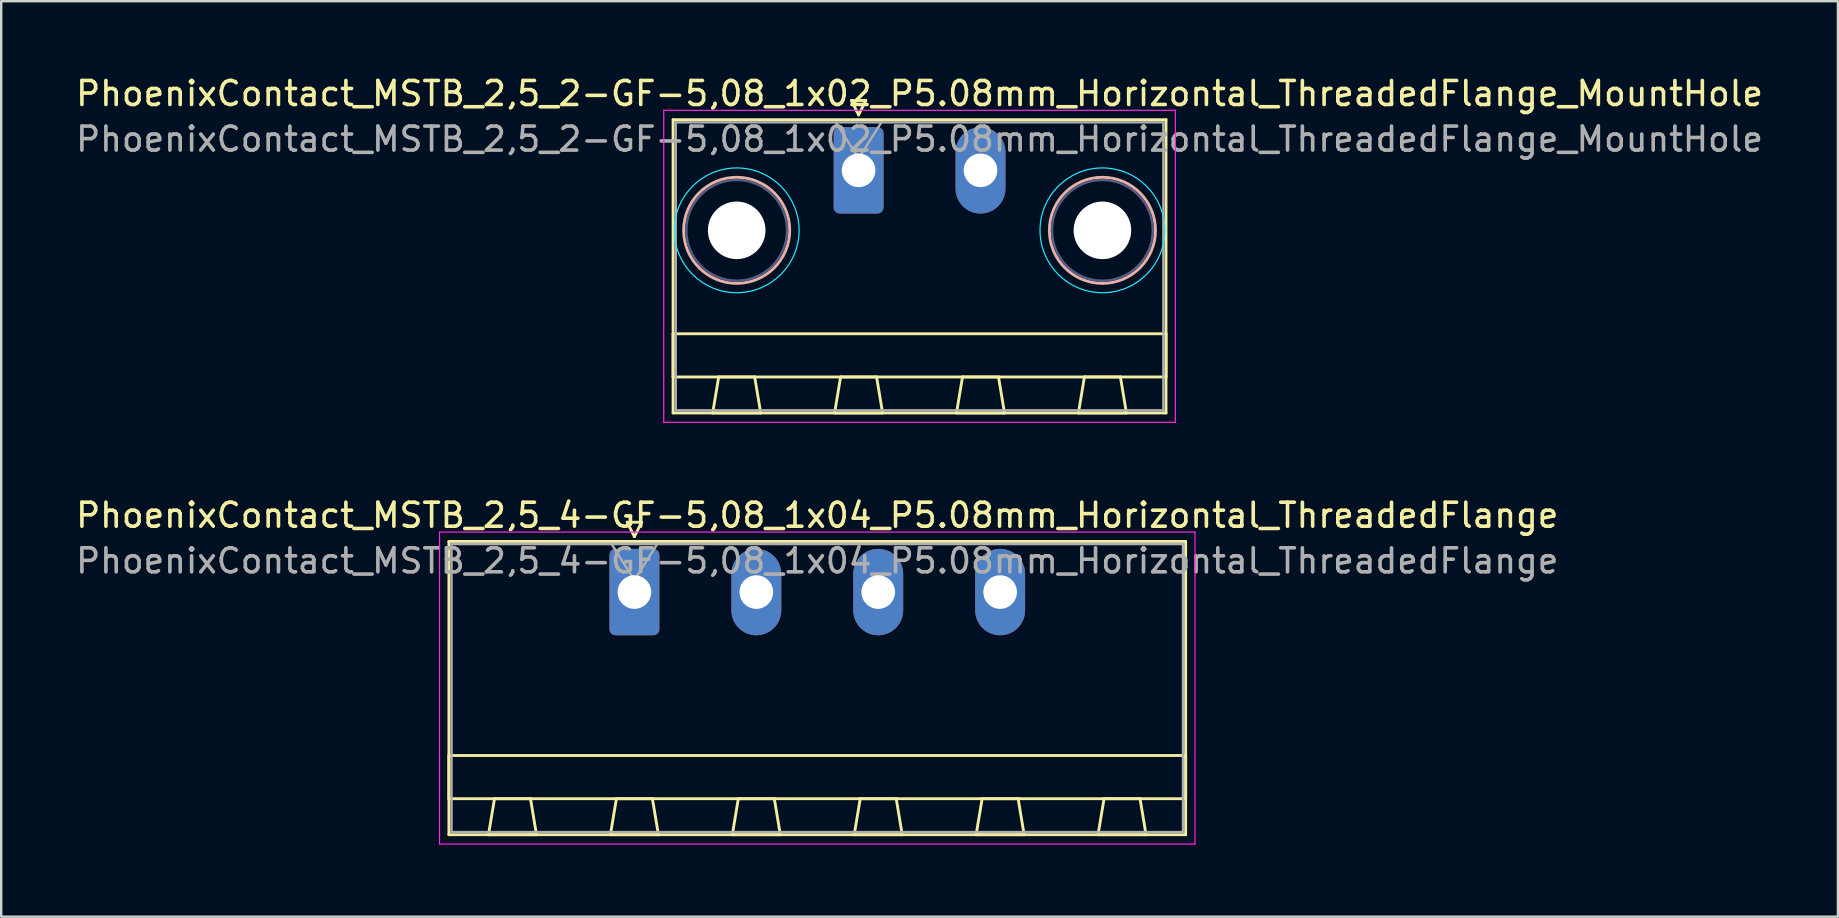
<source format=kicad_pcb>
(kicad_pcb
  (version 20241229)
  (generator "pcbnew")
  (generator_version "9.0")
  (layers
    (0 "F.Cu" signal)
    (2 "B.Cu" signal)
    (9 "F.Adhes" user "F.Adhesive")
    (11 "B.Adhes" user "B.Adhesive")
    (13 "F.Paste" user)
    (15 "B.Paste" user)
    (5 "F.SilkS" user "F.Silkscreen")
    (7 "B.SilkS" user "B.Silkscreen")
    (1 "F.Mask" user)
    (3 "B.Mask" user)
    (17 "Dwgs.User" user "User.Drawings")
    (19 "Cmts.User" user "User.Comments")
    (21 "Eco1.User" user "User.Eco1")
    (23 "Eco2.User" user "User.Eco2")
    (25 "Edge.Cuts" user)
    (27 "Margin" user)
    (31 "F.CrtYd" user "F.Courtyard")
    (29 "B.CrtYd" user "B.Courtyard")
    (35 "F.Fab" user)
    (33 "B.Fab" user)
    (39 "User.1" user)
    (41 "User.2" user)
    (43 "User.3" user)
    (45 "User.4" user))
  (footprint "PhoenixContact_MSTB_2,5_2-GF-5,08_1x02_P5.08mm_Horizontal_ThreadedFlange_MountHole"
    (layer "F.Cu")
    (at 32.728 4.048)
    (property "Reference" "PhoenixContact_MSTB_2,5_2-GF-5,08_1x02_P5.08mm_Horizontal_ThreadedFlange_MountHole" (at 2.54 -3.2 0) (layer "F.SilkS") (effects (font (size 1 1) (thickness 0.15))))
    (attr through_hole)
    (fp_line (start -7.73 -2.11) (end -7.73 10.11) (stroke (width 0.12) (type solid)) (layer "F.SilkS"))
    (fp_line (start -7.73 6.81) (end 12.81 6.81) (stroke (width 0.12) (type solid)) (layer "F.SilkS"))
    (fp_line (start -7.73 8.61) (end -7.73 6.81) (stroke (width 0.12) (type solid)) (layer "F.SilkS"))
    (fp_line (start -7.73 10.11) (end 12.81 10.11) (stroke (width 0.12) (type solid)) (layer "F.SilkS"))
    (fp_line (start -6.08 10.11) (end -4.08 10.11) (stroke (width 0.12) (type solid)) (layer "F.SilkS"))
    (fp_line (start -5.83 8.61) (end -6.08 10.11) (stroke (width 0.12) (type solid)) (layer "F.SilkS"))
    (fp_line (start -4.33 8.61) (end -5.83 8.61) (stroke (width 0.12) (type solid)) (layer "F.SilkS"))
    (fp_line (start -4.08 10.11) (end -4.33 8.61) (stroke (width 0.12) (type solid)) (layer "F.SilkS"))
    (fp_line (start -1 10.11) (end 1 10.11) (stroke (width 0.12) (type solid)) (layer "F.SilkS"))
    (fp_line (start -0.75 8.61) (end -1 10.11) (stroke (width 0.12) (type solid)) (layer "F.SilkS"))
    (fp_line (start -0.3 -2.91) (end 0.3 -2.91) (stroke (width 0.12) (type solid)) (layer "F.SilkS"))
    (fp_line (start 0 -2.31) (end -0.3 -2.91) (stroke (width 0.12) (type solid)) (layer "F.SilkS"))
    (fp_line (start 0.3 -2.91) (end 0 -2.31) (stroke (width 0.12) (type solid)) (layer "F.SilkS"))
    (fp_line (start 0.75 8.61) (end -0.75 8.61) (stroke (width 0.12) (type solid)) (layer "F.SilkS"))
    (fp_line (start 1 10.11) (end 0.75 8.61) (stroke (width 0.12) (type solid)) (layer "F.SilkS"))
    (fp_line (start 4.08 10.11) (end 6.08 10.11) (stroke (width 0.12) (type solid)) (layer "F.SilkS"))
    (fp_line (start 4.33 8.61) (end 4.08 10.11) (stroke (width 0.12) (type solid)) (layer "F.SilkS"))
    (fp_line (start 5.83 8.61) (end 4.33 8.61) (stroke (width 0.12) (type solid)) (layer "F.SilkS"))
    (fp_line (start 6.08 10.11) (end 5.83 8.61) (stroke (width 0.12) (type solid)) (layer "F.SilkS"))
    (fp_line (start 9.16 10.11) (end 11.16 10.11) (stroke (width 0.12) (type solid)) (layer "F.SilkS"))
    (fp_line (start 9.41 8.61) (end 9.16 10.11) (stroke (width 0.12) (type solid)) (layer "F.SilkS"))
    (fp_line (start 10.91 8.61) (end 9.41 8.61) (stroke (width 0.12) (type solid)) (layer "F.SilkS"))
    (fp_line (start 11.16 10.11) (end 10.91 8.61) (stroke (width 0.12) (type solid)) (layer "F.SilkS"))
    (fp_line (start 12.81 -2.11) (end -7.73 -2.11) (stroke (width 0.12) (type solid)) (layer "F.SilkS"))
    (fp_line (start 12.81 6.81) (end 12.81 8.61) (stroke (width 0.12) (type solid)) (layer "F.SilkS"))
    (fp_line (start 12.81 8.61) (end -7.73 8.61) (stroke (width 0.12) (type solid)) (layer "F.SilkS"))
    (fp_line (start 12.81 10.11) (end 12.81 -2.11) (stroke (width 0.12) (type solid)) (layer "F.SilkS"))
    (fp_circle (center -5.08 2.5) (end -2.87 2.5) (stroke (width 0.12) (type solid)) (fill no) (layer "B.SilkS"))
    (fp_circle (center 10.16 2.5) (end 12.37 2.5) (stroke (width 0.12) (type solid)) (fill no) (layer "B.SilkS"))
    (fp_circle (center -5.08 2.5) (end -2.48 2.5) (stroke (width 0.05) (type solid)) (fill no) (layer "B.CrtYd"))
    (fp_circle (center 10.16 2.5) (end 12.76 2.5) (stroke (width 0.05) (type solid)) (fill no) (layer "B.CrtYd"))
    (fp_line (start -8.12 -2.5) (end -8.12 10.5) (stroke (width 0.05) (type solid)) (layer "F.CrtYd"))
    (fp_line (start -8.12 10.5) (end 13.2 10.5) (stroke (width 0.05) (type solid)) (layer "F.CrtYd"))
    (fp_line (start 13.2 -2.5) (end -8.12 -2.5) (stroke (width 0.05) (type solid)) (layer "F.CrtYd"))
    (fp_line (start 13.2 10.5) (end 13.2 -2.5) (stroke (width 0.05) (type solid)) (layer "F.CrtYd"))
    (fp_circle (center -5.08 2.5) (end -2.98 2.5) (stroke (width 0.1) (type solid)) (fill no) (layer "B.Fab"))
    (fp_circle (center 10.16 2.5) (end 12.26 2.5) (stroke (width 0.1) (type solid)) (fill no) (layer "B.Fab"))
    (fp_line (start -7.62 -2) (end -7.62 10) (stroke (width 0.1) (type solid)) (layer "F.Fab"))
    (fp_line (start -7.62 10) (end 12.7 10) (stroke (width 0.1) (type solid)) (layer "F.Fab"))
    (fp_line (start 0 -0.5) (end -0.95 -2) (stroke (width 0.1) (type solid)) (layer "F.Fab"))
    (fp_line (start 0.95 -2) (end 0 -0.5) (stroke (width 0.1) (type solid)) (layer "F.Fab"))
    (fp_line (start 12.7 -2) (end -7.62 -2) (stroke (width 0.1) (type solid)) (layer "F.Fab"))
    (fp_line (start 12.7 10) (end 12.7 -2) (stroke (width 0.1) (type solid)) (layer "F.Fab"))
    (fp_text user "${REFERENCE}" (at 2.54 -1.3 0) (layer "F.Fab") (effects (font (size 1 1) (thickness 0.15))))
    (pad "" np_thru_hole circle (at -5.08 2.5) (size 2.4 2.4) (drill 2.4) (layers "*.Cu" "*.Mask"))
    (pad "" np_thru_hole circle (at 10.16 2.5) (size 2.4 2.4) (drill 2.4) (layers "*.Cu" "*.Mask"))
    (pad "1" thru_hole roundrect (at 0 0) (size 2.08 3.6) (drill 1.4) (layers "*.Cu" "*.Mask") (roundrect_rratio 0.12))
    (pad "2" thru_hole oval (at 5.08 0) (size 2.08 3.6) (drill 1.4) (layers "*.Cu" "*.Mask")))
  (footprint "PhoenixContact_MSTB_2,5_4-GF-5,08_1x04_P5.08mm_Horizontal_ThreadedFlange"
    (layer "F.Cu")
    (at 23.386 21.622)
    (property "Reference" "PhoenixContact_MSTB_2,5_4-GF-5,08_1x04_P5.08mm_Horizontal_ThreadedFlange" (at 7.62 -3.2 0) (layer "F.SilkS") (effects (font (size 1 1) (thickness 0.15))))
    (attr through_hole)
    (fp_line (start -7.73 -2.11) (end -7.73 10.11) (stroke (width 0.12) (type solid)) (layer "F.SilkS"))
    (fp_line (start -7.73 6.81) (end 22.97 6.81) (stroke (width 0.12) (type solid)) (layer "F.SilkS"))
    (fp_line (start -7.73 8.61) (end -7.73 6.81) (stroke (width 0.12) (type solid)) (layer "F.SilkS"))
    (fp_line (start -7.73 10.11) (end 22.97 10.11) (stroke (width 0.12) (type solid)) (layer "F.SilkS"))
    (fp_line (start -6.08 10.11) (end -4.08 10.11) (stroke (width 0.12) (type solid)) (layer "F.SilkS"))
    (fp_line (start -5.83 8.61) (end -6.08 10.11) (stroke (width 0.12) (type solid)) (layer "F.SilkS"))
    (fp_line (start -4.33 8.61) (end -5.83 8.61) (stroke (width 0.12) (type solid)) (layer "F.SilkS"))
    (fp_line (start -4.08 10.11) (end -4.33 8.61) (stroke (width 0.12) (type solid)) (layer "F.SilkS"))
    (fp_line (start -1 10.11) (end 1 10.11) (stroke (width 0.12) (type solid)) (layer "F.SilkS"))
    (fp_line (start -0.75 8.61) (end -1 10.11) (stroke (width 0.12) (type solid)) (layer "F.SilkS"))
    (fp_line (start -0.3 -2.91) (end 0.3 -2.91) (stroke (width 0.12) (type solid)) (layer "F.SilkS"))
    (fp_line (start 0 -2.31) (end -0.3 -2.91) (stroke (width 0.12) (type solid)) (layer "F.SilkS"))
    (fp_line (start 0.3 -2.91) (end 0 -2.31) (stroke (width 0.12) (type solid)) (layer "F.SilkS"))
    (fp_line (start 0.75 8.61) (end -0.75 8.61) (stroke (width 0.12) (type solid)) (layer "F.SilkS"))
    (fp_line (start 1 10.11) (end 0.75 8.61) (stroke (width 0.12) (type solid)) (layer "F.SilkS"))
    (fp_line (start 4.08 10.11) (end 6.08 10.11) (stroke (width 0.12) (type solid)) (layer "F.SilkS"))
    (fp_line (start 4.33 8.61) (end 4.08 10.11) (stroke (width 0.12) (type solid)) (layer "F.SilkS"))
    (fp_line (start 5.83 8.61) (end 4.33 8.61) (stroke (width 0.12) (type solid)) (layer "F.SilkS"))
    (fp_line (start 6.08 10.11) (end 5.83 8.61) (stroke (width 0.12) (type solid)) (layer "F.SilkS"))
    (fp_line (start 9.16 10.11) (end 11.16 10.11) (stroke (width 0.12) (type solid)) (layer "F.SilkS"))
    (fp_line (start 9.41 8.61) (end 9.16 10.11) (stroke (width 0.12) (type solid)) (layer "F.SilkS"))
    (fp_line (start 10.91 8.61) (end 9.41 8.61) (stroke (width 0.12) (type solid)) (layer "F.SilkS"))
    (fp_line (start 11.16 10.11) (end 10.91 8.61) (stroke (width 0.12) (type solid)) (layer "F.SilkS"))
    (fp_line (start 14.24 10.11) (end 16.24 10.11) (stroke (width 0.12) (type solid)) (layer "F.SilkS"))
    (fp_line (start 14.49 8.61) (end 14.24 10.11) (stroke (width 0.12) (type solid)) (layer "F.SilkS"))
    (fp_line (start 15.99 8.61) (end 14.49 8.61) (stroke (width 0.12) (type solid)) (layer "F.SilkS"))
    (fp_line (start 16.24 10.11) (end 15.99 8.61) (stroke (width 0.12) (type solid)) (layer "F.SilkS"))
    (fp_line (start 19.32 10.11) (end 21.32 10.11) (stroke (width 0.12) (type solid)) (layer "F.SilkS"))
    (fp_line (start 19.57 8.61) (end 19.32 10.11) (stroke (width 0.12) (type solid)) (layer "F.SilkS"))
    (fp_line (start 21.07 8.61) (end 19.57 8.61) (stroke (width 0.12) (type solid)) (layer "F.SilkS"))
    (fp_line (start 21.32 10.11) (end 21.07 8.61) (stroke (width 0.12) (type solid)) (layer "F.SilkS"))
    (fp_line (start 22.97 -2.11) (end -7.73 -2.11) (stroke (width 0.12) (type solid)) (layer "F.SilkS"))
    (fp_line (start 22.97 6.81) (end 22.97 8.61) (stroke (width 0.12) (type solid)) (layer "F.SilkS"))
    (fp_line (start 22.97 8.61) (end -7.73 8.61) (stroke (width 0.12) (type solid)) (layer "F.SilkS"))
    (fp_line (start 22.97 10.11) (end 22.97 -2.11) (stroke (width 0.12) (type solid)) (layer "F.SilkS"))
    (fp_line (start -8.12 -2.5) (end -8.12 10.5) (stroke (width 0.05) (type solid)) (layer "F.CrtYd"))
    (fp_line (start -8.12 10.5) (end 23.36 10.5) (stroke (width 0.05) (type solid)) (layer "F.CrtYd"))
    (fp_line (start 23.36 -2.5) (end -8.12 -2.5) (stroke (width 0.05) (type solid)) (layer "F.CrtYd"))
    (fp_line (start 23.36 10.5) (end 23.36 -2.5) (stroke (width 0.05) (type solid)) (layer "F.CrtYd"))
    (fp_line (start -7.62 -2) (end -7.62 10) (stroke (width 0.1) (type solid)) (layer "F.Fab"))
    (fp_line (start -7.62 10) (end 22.86 10) (stroke (width 0.1) (type solid)) (layer "F.Fab"))
    (fp_line (start 0 -0.5) (end -0.95 -2) (stroke (width 0.1) (type solid)) (layer "F.Fab"))
    (fp_line (start 0.95 -2) (end 0 -0.5) (stroke (width 0.1) (type solid)) (layer "F.Fab"))
    (fp_line (start 22.86 -2) (end -7.62 -2) (stroke (width 0.1) (type solid)) (layer "F.Fab"))
    (fp_line (start 22.86 10) (end 22.86 -2) (stroke (width 0.1) (type solid)) (layer "F.Fab"))
    (fp_text user "${REFERENCE}" (at 7.62 -1.3 0) (layer "F.Fab") (effects (font (size 1 1) (thickness 0.15))))
    (pad "1" thru_hole roundrect (at 0 0) (size 2.08 3.6) (drill 1.4) (layers "*.Cu" "*.Mask") (roundrect_rratio 0.12))
    (pad "2" thru_hole oval (at 5.08 0) (size 2.08 3.6) (drill 1.4) (layers "*.Cu" "*.Mask"))
    (pad "3" thru_hole oval (at 10.16 0) (size 2.08 3.6) (drill 1.4) (layers "*.Cu" "*.Mask"))
    (pad "4" thru_hole oval (at 15.24 0) (size 2.08 3.6) (drill 1.4) (layers "*.Cu" "*.Mask")))
  (gr_rect
    (start -3 -3)
    (end 73.536 35.147)
    (stroke (width 0.1) (type default))
    (fill no)
    (layer "Edge.Cuts")))
</source>
